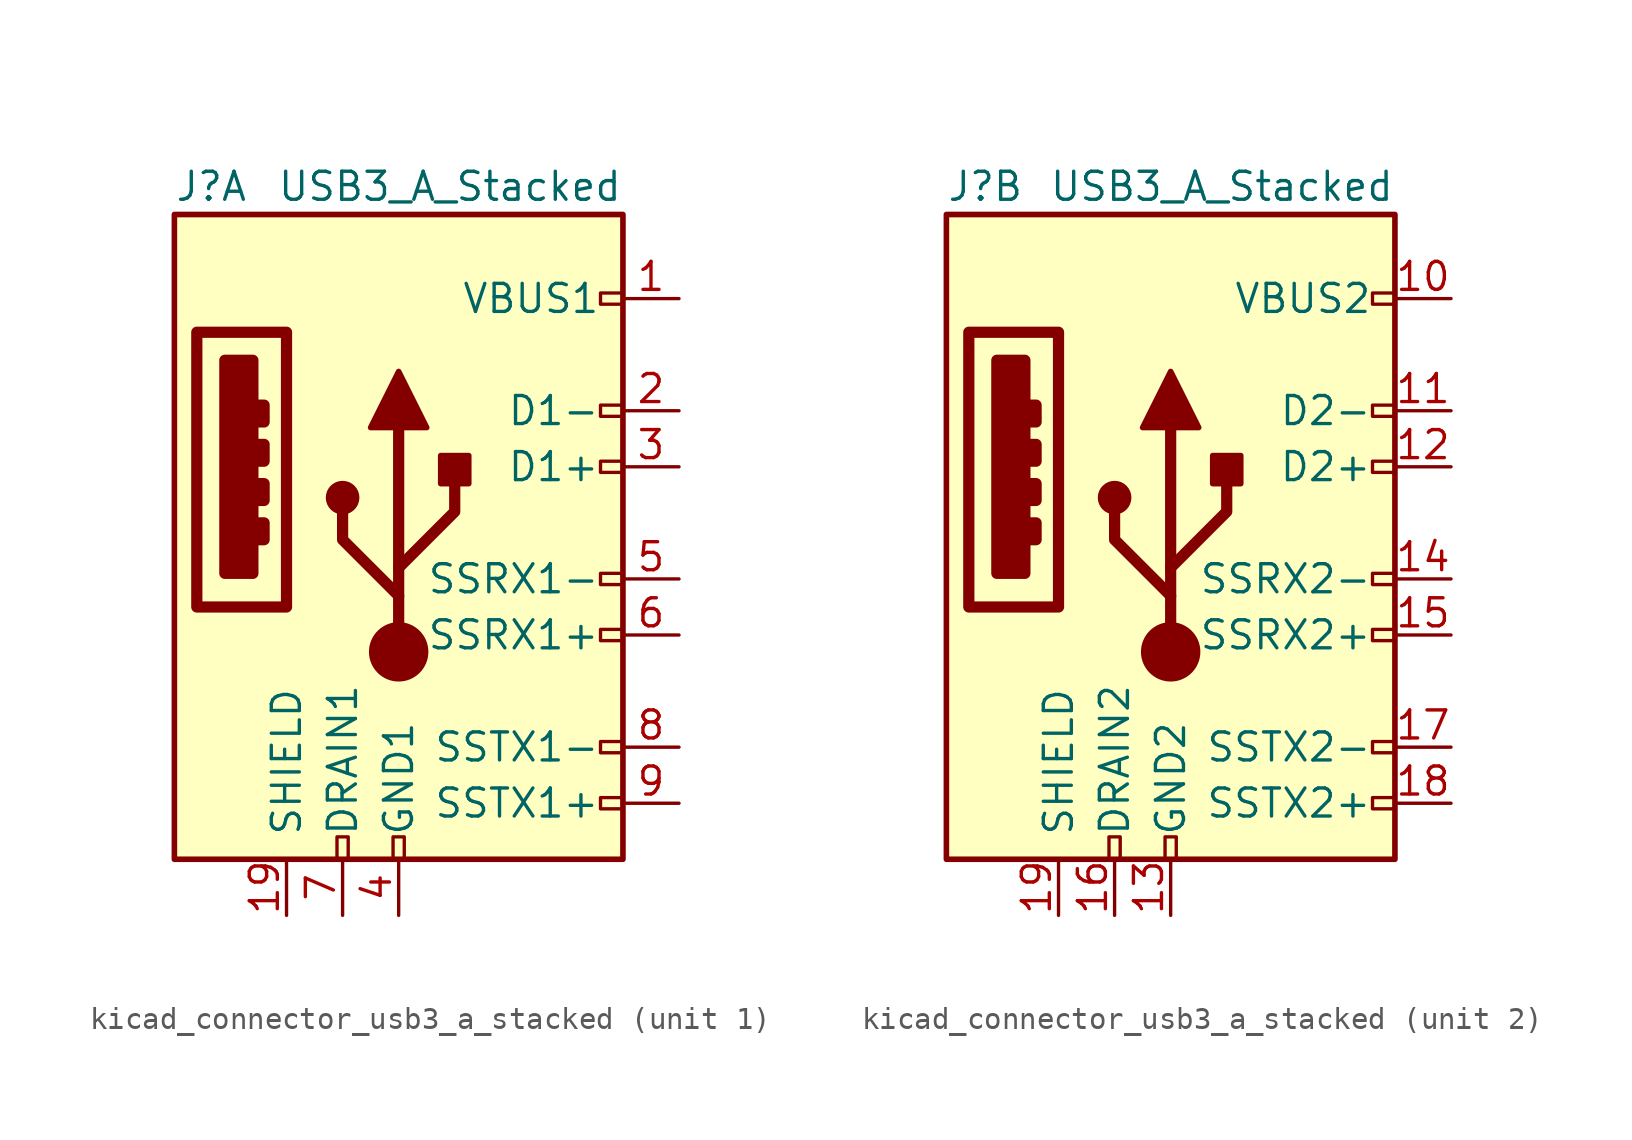
<source format=kicad_sym>
(kicad_symbol_lib
  (version 20220914)
  (generator kicad_symbol_editor)
  (symbol "kicad_connector_usb3_a_stacked"
    (pin_names
      (offset 1.016))
    (property "Reference" "J"
      (at -10.16 15.24 0)
      (effects (font (size 1.27 1.27)) (justify left)))
    (property "Value" "USB3_A_Stacked"
      (at 10.16 15.24 0)
      (effects (font (size 1.27 1.27)) (justify right)))
    (symbol "kicad_connector_usb3_a_stacked_0_0"
      (rectangle (start -9.144 8.636) (end -5.08 -3.81) (stroke (width 0.508) (type default)) (fill (type none)))
      (rectangle (start -7.874 7.366) (end -6.604 -2.286) (stroke (width 0.508) (type default)) (fill (type outline)))
      (rectangle (start -6.35 0) (end -6.096 -0.762) (stroke (width 0.508) (type default)) (fill (type none)))
      (rectangle (start -6.35 1.778) (end -6.096 1.016) (stroke (width 0.508) (type default)) (fill (type none)))
      (rectangle (start -6.35 3.556) (end -6.096 2.794) (stroke (width 0.508) (type default)) (fill (type none)))
      (rectangle (start -6.35 5.334) (end -6.096 4.572) (stroke (width 0.508) (type default)) (fill (type none)))
      (rectangle (start -2.794 -15.24) (end -2.286 -14.224) (stroke (width 0) (type default)) (fill (type none)))
      (rectangle (start -0.254 -15.24) (end 0.254 -14.224) (stroke (width 0) (type default)) (fill (type none)))
      (rectangle (start 10.16 -12.446) (end 9.144 -12.954) (stroke (width 0) (type default)) (fill (type none)))
      (rectangle (start 10.16 -9.906) (end 9.144 -10.414) (stroke (width 0) (type default)) (fill (type none)))
      (rectangle (start 10.16 -4.826) (end 9.144 -5.334) (stroke (width 0) (type default)) (fill (type none)))
      (rectangle (start 10.16 -2.286) (end 9.144 -2.794) (stroke (width 0) (type default)) (fill (type none)))
      (rectangle (start 10.16 2.794) (end 9.144 2.286) (stroke (width 0) (type default)) (fill (type none)))
      (rectangle (start 10.16 5.334) (end 9.144 4.826) (stroke (width 0) (type default)) (fill (type none)))
      (rectangle (start 10.16 10.414) (end 9.144 9.906) (stroke (width 0) (type default)) (fill (type none))))
    (symbol "kicad_connector_usb3_a_stacked_0_1"
      (rectangle (start -10.16 13.97) (end 10.16 -15.24) (stroke (width 0.254) (type default)) (fill (type background)))
      (pin passive line (at -5.08 -17.78 90) (length 2.54) (name "SHIELD" (effects (font (size 1.27 1.27)))) (number "19" (effects (font (size 1.27 1.27))))))
    (symbol "kicad_connector_usb3_a_stacked_1_1"
      (circle (center -2.54 1.143) (radius 0.635) (stroke (width 0.254) (type default)) (fill (type outline)))
      (circle (center 0 -5.842) (radius 1.27) (stroke (width 0) (type default)) (fill (type outline)))
      (polyline (pts (xy 0 -5.842) (xy 0 4.318)) (stroke (width 0.508) (type default)) (fill (type none)))
      (polyline (pts (xy 0 -3.302) (xy -2.54 -0.762) (xy -2.54 0.508)) (stroke (width 0.508) (type default)) (fill (type none)))
      (polyline (pts (xy 0 -2.032) (xy 2.54 0.508) (xy 2.54 1.778)) (stroke (width 0.508) (type default)) (fill (type none)))
      (polyline (pts (xy -1.27 4.318) (xy 0 6.858) (xy 1.27 4.318) (xy -1.27 4.318)) (stroke (width 0.254) (type default)) (fill (type outline)))
      (rectangle (start 1.905 1.778) (end 3.175 3.048) (stroke (width 0.254) (type default)) (fill (type outline)))
      (pin power_in line (at 12.7 10.16 180) (length 2.54) (name "VBUS1" (effects (font (size 1.27 1.27)))) (number "1" (effects (font (size 1.27 1.27)))))
      (pin bidirectional line (at 12.7 5.08 180) (length 2.54) (name "D1-" (effects (font (size 1.27 1.27)))) (number "2" (effects (font (size 1.27 1.27)))))
      (pin bidirectional line (at 12.7 2.54 180) (length 2.54) (name "D1+" (effects (font (size 1.27 1.27)))) (number "3" (effects (font (size 1.27 1.27)))))
      (pin power_in line (at 0 -17.78 90) (length 2.54) (name "GND1" (effects (font (size 1.27 1.27)))) (number "4" (effects (font (size 1.27 1.27)))))
      (pin output line (at 12.7 -2.54 180) (length 2.54) (name "SSRX1-" (effects (font (size 1.27 1.27)))) (number "5" (effects (font (size 1.27 1.27)))))
      (pin output line (at 12.7 -5.08 180) (length 2.54) (name "SSRX1+" (effects (font (size 1.27 1.27)))) (number "6" (effects (font (size 1.27 1.27)))))
      (pin passive line (at -2.54 -17.78 90) (length 2.54) (name "DRAIN1" (effects (font (size 1.27 1.27)))) (number "7" (effects (font (size 1.27 1.27)))))
      (pin input line (at 12.7 -10.16 180) (length 2.54) (name "SSTX1-" (effects (font (size 1.27 1.27)))) (number "8" (effects (font (size 1.27 1.27)))))
      (pin input line (at 12.7 -12.7 180) (length 2.54) (name "SSTX1+" (effects (font (size 1.27 1.27)))) (number "9" (effects (font (size 1.27 1.27))))))
    (symbol "kicad_connector_usb3_a_stacked_2_1"
      (circle (center -2.54 1.143) (radius 0.635) (stroke (width 0.254) (type default)) (fill (type outline)))
      (circle (center 0 -5.842) (radius 1.27) (stroke (width 0) (type default)) (fill (type outline)))
      (polyline (pts (xy 0 -5.842) (xy 0 4.318)) (stroke (width 0.508) (type default)) (fill (type none)))
      (polyline (pts (xy 0 -3.302) (xy -2.54 -0.762) (xy -2.54 0.508)) (stroke (width 0.508) (type default)) (fill (type none)))
      (polyline (pts (xy 0 -2.032) (xy 2.54 0.508) (xy 2.54 1.778)) (stroke (width 0.508) (type default)) (fill (type none)))
      (polyline (pts (xy -1.27 4.318) (xy 0 6.858) (xy 1.27 4.318) (xy -1.27 4.318)) (stroke (width 0.254) (type default)) (fill (type outline)))
      (rectangle (start 1.905 1.778) (end 3.175 3.048) (stroke (width 0.254) (type default)) (fill (type outline)))
      (pin power_in line (at 12.7 10.16 180) (length 2.54) (name "VBUS2" (effects (font (size 1.27 1.27)))) (number "10" (effects (font (size 1.27 1.27)))))
      (pin bidirectional line (at 12.7 5.08 180) (length 2.54) (name "D2-" (effects (font (size 1.27 1.27)))) (number "11" (effects (font (size 1.27 1.27)))))
      (pin bidirectional line (at 12.7 2.54 180) (length 2.54) (name "D2+" (effects (font (size 1.27 1.27)))) (number "12" (effects (font (size 1.27 1.27)))))
      (pin power_in line (at 0 -17.78 90) (length 2.54) (name "GND2" (effects (font (size 1.27 1.27)))) (number "13" (effects (font (size 1.27 1.27)))))
      (pin output line (at 12.7 -2.54 180) (length 2.54) (name "SSRX2-" (effects (font (size 1.27 1.27)))) (number "14" (effects (font (size 1.27 1.27)))))
      (pin output line (at 12.7 -5.08 180) (length 2.54) (name "SSRX2+" (effects (font (size 1.27 1.27)))) (number "15" (effects (font (size 1.27 1.27)))))
      (pin passive line (at -2.54 -17.78 90) (length 2.54) (name "DRAIN2" (effects (font (size 1.27 1.27)))) (number "16" (effects (font (size 1.27 1.27)))))
      (pin input line (at 12.7 -10.16 180) (length 2.54) (name "SSTX2-" (effects (font (size 1.27 1.27)))) (number "17" (effects (font (size 1.27 1.27)))))
      (pin input line (at 12.7 -12.7 180) (length 2.54) (name "SSTX2+" (effects (font (size 1.27 1.27)))) (number "18" (effects (font (size 1.27 1.27))))))))
</source>
